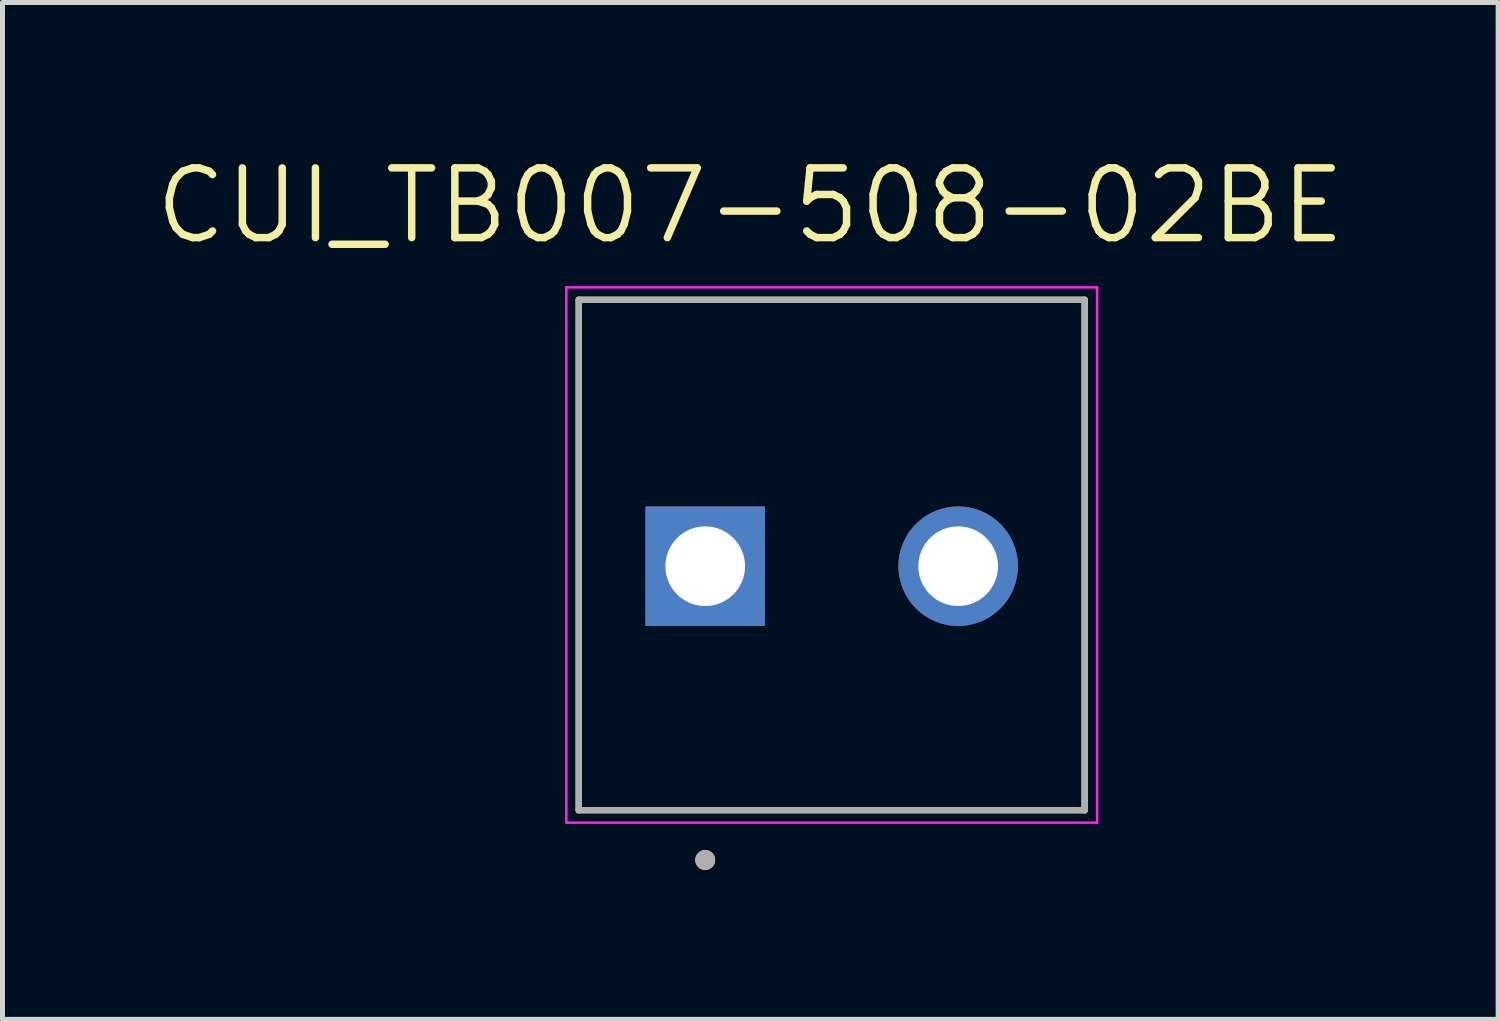
<source format=kicad_pcb>
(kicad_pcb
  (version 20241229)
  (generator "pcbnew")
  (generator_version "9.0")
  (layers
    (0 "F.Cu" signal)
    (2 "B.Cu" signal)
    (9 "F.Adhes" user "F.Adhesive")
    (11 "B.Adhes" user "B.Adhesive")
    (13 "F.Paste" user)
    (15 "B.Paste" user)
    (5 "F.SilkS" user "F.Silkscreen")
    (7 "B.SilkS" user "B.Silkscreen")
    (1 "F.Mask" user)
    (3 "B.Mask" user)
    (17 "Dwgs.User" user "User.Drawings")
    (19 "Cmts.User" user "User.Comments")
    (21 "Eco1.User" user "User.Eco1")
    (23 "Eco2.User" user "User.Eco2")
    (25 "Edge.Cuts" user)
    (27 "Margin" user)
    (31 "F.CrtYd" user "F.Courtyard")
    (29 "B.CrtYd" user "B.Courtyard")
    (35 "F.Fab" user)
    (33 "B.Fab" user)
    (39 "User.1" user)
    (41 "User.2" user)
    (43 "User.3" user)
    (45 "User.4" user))
  (footprint "CUI_TB007-508-02BE"
    (layer "F.Cu")
    (at 11.113 8.321)
    (property "Reference" "CUI_TB007-508-02BE" (at 0.905 -7.239 0) (layer "F.SilkS") (effects (font (size 1.4 1.4) (thickness 0.15))))
    (attr through_hole)
    (fp_line (start -2.54 -5.35) (end 7.62 -5.35) (stroke (width 0.127) (type solid)) (layer "F.SilkS"))
    (fp_line (start -2.54 4.9) (end -2.54 -5.35) (stroke (width 0.127) (type solid)) (layer "F.SilkS"))
    (fp_line (start 7.62 -5.35) (end 7.62 4.9) (stroke (width 0.127) (type solid)) (layer "F.SilkS"))
    (fp_line (start 7.62 4.9) (end -2.54 4.9) (stroke (width 0.127) (type solid)) (layer "F.SilkS"))
    (fp_circle (center 0 5.9) (end 0.1 5.9) (stroke (width 0.2) (type solid)) (fill no) (layer "F.SilkS"))
    (fp_line (start -2.79 -5.6) (end 7.87 -5.6) (stroke (width 0.05) (type solid)) (layer "F.CrtYd"))
    (fp_line (start -2.79 5.15) (end -2.79 -5.6) (stroke (width 0.05) (type solid)) (layer "F.CrtYd"))
    (fp_line (start 7.87 -5.6) (end 7.87 5.15) (stroke (width 0.05) (type solid)) (layer "F.CrtYd"))
    (fp_line (start 7.87 5.15) (end -2.79 5.15) (stroke (width 0.05) (type solid)) (layer "F.CrtYd"))
    (fp_line (start -2.54 -5.35) (end 7.62 -5.35) (stroke (width 0.127) (type solid)) (layer "F.Fab"))
    (fp_line (start -2.54 4.9) (end -2.54 -5.35) (stroke (width 0.127) (type solid)) (layer "F.Fab"))
    (fp_line (start 7.62 -5.35) (end 7.62 4.9) (stroke (width 0.127) (type solid)) (layer "F.Fab"))
    (fp_line (start 7.62 4.9) (end -2.54 4.9) (stroke (width 0.127) (type solid)) (layer "F.Fab"))
    (fp_circle (center 0 5.9) (end 0.1 5.9) (stroke (width 0.2) (type solid)) (fill no) (layer "F.Fab"))
    (pad "1" thru_hole rect (at 0 0) (size 2.4 2.4) (drill 1.6) (layers "*.Cu" "*.Mask"))
    (pad "2" thru_hole circle (at 5.08 0) (size 2.4 2.4) (drill 1.6) (layers "*.Cu" "*.Mask")))
  (gr_rect
    (start -3 -3)
    (end 27.037 17.421)
    (stroke (width 0.1) (type default))
    (fill no)
    (layer "Edge.Cuts")))
</source>
